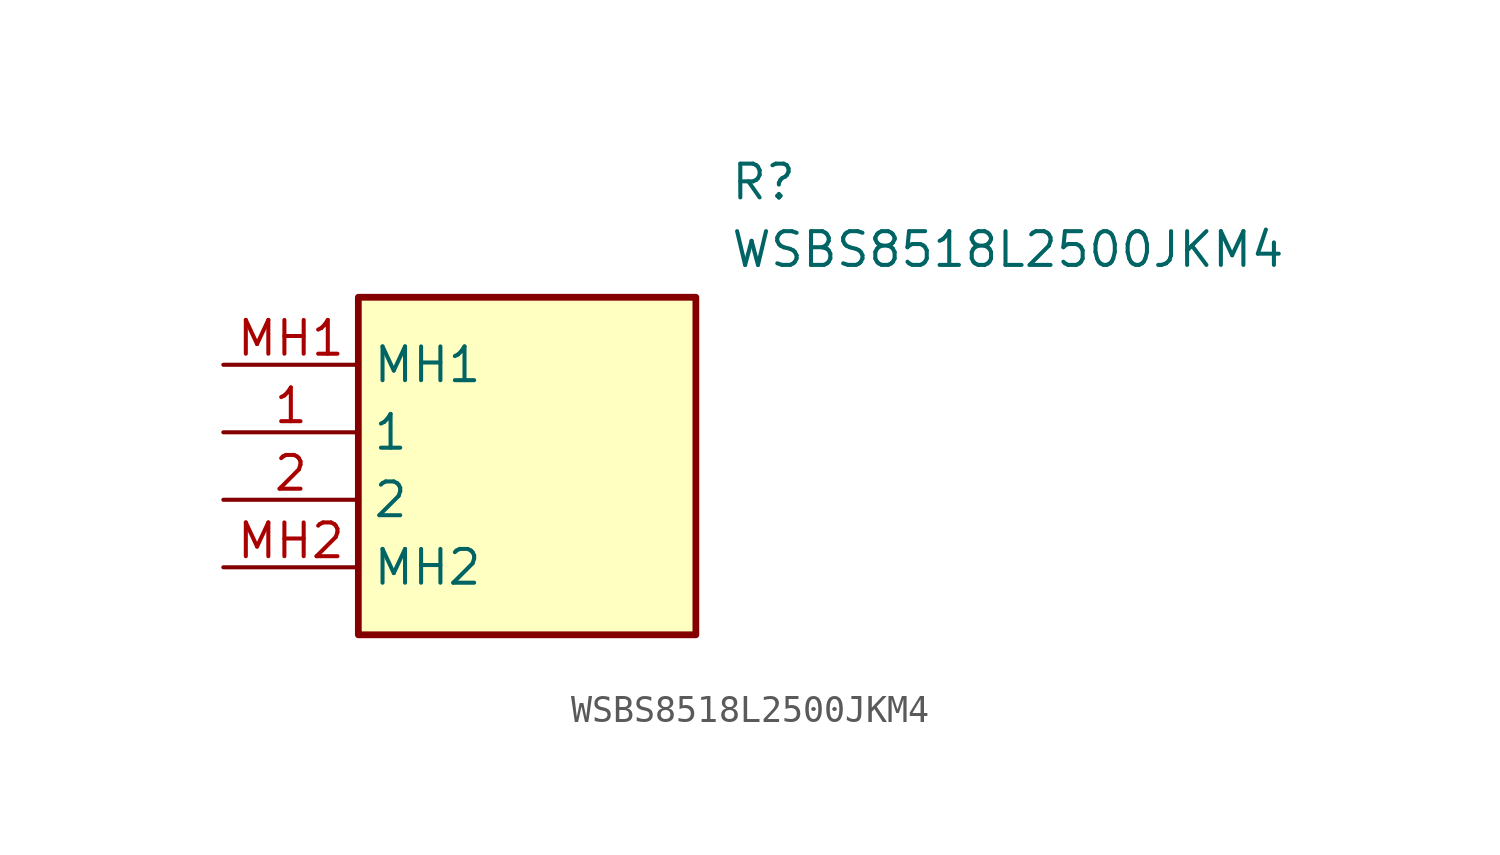
<source format=kicad_sym>
(kicad_symbol_lib
  (version 20211014)
  (generator SamacSys_ECAD_Model)
  (symbol "WSBS8518L2500JKM4"
    (property "Reference" "R"
      (at 19.05 7.62 0)
      (effects (font (size 1.27 1.27)) (justify left top)))
    (property "Value" "WSBS8518L2500JKM4"
      (at 19.05 5.08 0)
      (effects (font (size 1.27 1.27)) (justify left top)))
    (rectangle
      (start 5.08 2.54)
      (end 17.78 -10.16)
      (stroke (width 0.254) (type default))
      (fill (type background)))
    (pin passive line
      (at 0 -2.54 0)
      (length 5.08)
      (name "1" (effects (font (size 1.27 1.27))))
      (number "1" (effects (font (size 1.27 1.27)))))
    (pin passive line
      (at 0 -5.08 0)
      (length 5.08)
      (name "2" (effects (font (size 1.27 1.27))))
      (number "2" (effects (font (size 1.27 1.27)))))
    (pin passive line
      (at 0 0 0)
      (length 5.08)
      (name "MH1" (effects (font (size 1.27 1.27))))
      (number "MH1" (effects (font (size 1.27 1.27)))))
    (pin passive line
      (at 0 -7.62 0)
      (length 5.08)
      (name "MH2" (effects (font (size 1.27 1.27))))
      (number "MH2" (effects (font (size 1.27 1.27)))))))
</source>
